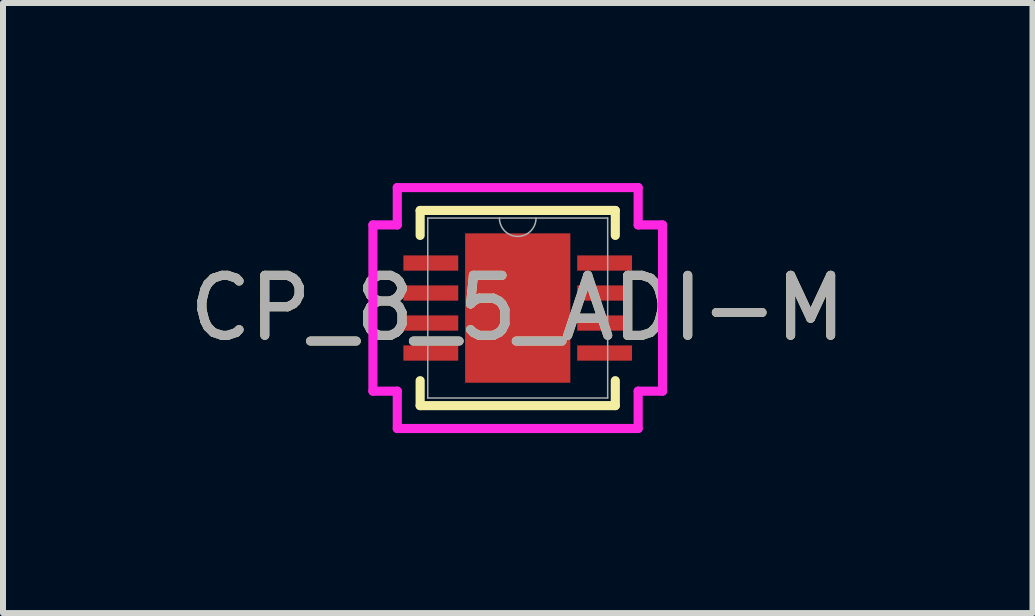
<source format=kicad_pcb>
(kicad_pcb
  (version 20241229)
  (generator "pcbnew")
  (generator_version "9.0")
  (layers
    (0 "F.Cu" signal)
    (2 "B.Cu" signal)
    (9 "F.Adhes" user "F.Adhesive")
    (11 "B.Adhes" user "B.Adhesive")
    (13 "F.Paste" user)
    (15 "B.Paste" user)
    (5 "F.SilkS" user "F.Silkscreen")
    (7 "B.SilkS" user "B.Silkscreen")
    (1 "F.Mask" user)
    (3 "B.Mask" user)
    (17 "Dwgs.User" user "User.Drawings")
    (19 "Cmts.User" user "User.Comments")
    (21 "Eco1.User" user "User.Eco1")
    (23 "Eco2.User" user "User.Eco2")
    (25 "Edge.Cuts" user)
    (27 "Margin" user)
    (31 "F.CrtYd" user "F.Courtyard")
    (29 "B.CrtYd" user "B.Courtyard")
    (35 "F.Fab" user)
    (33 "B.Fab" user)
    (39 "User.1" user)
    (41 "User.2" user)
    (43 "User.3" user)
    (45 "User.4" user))
  (footprint "CP_8_5_ADI-M"
    (layer "F.Cu")
    (at 5.577 2.083)
    (property "Reference" "CP_8_5_ADI-M" (at 0 0 0) (unlocked yes) (layer "F.SilkS") (effects (font (size 1 1) (thickness 0.15))))
    (attr smd)
    (fp_line (start -1.626 -1.626) (end -1.626 -1.21) (stroke (width 0.152) (type solid)) (layer "F.SilkS"))
    (fp_line (start -1.626 1.21) (end -1.626 1.626) (stroke (width 0.152) (type solid)) (layer "F.SilkS"))
    (fp_line (start -1.626 1.626) (end 1.626 1.626) (stroke (width 0.152) (type solid)) (layer "F.SilkS"))
    (fp_line (start 1.626 -1.626) (end -1.626 -1.626) (stroke (width 0.152) (type solid)) (layer "F.SilkS"))
    (fp_line (start 1.626 -1.21) (end 1.626 -1.626) (stroke (width 0.152) (type solid)) (layer "F.SilkS"))
    (fp_line (start 1.626 1.626) (end 1.626 1.21) (stroke (width 0.152) (type solid)) (layer "F.SilkS"))
    (fp_line (start -2.413 -1.385) (end -2.007 -1.385) (stroke (width 0.152) (type solid)) (layer "F.CrtYd"))
    (fp_line (start -2.413 1.385) (end -2.413 -1.385) (stroke (width 0.152) (type solid)) (layer "F.CrtYd"))
    (fp_line (start -2.413 1.385) (end -2.007 1.385) (stroke (width 0.152) (type solid)) (layer "F.CrtYd"))
    (fp_line (start -2.007 -2.007) (end 2.007 -2.007) (stroke (width 0.152) (type solid)) (layer "F.CrtYd"))
    (fp_line (start -2.007 -1.385) (end -2.007 -2.007) (stroke (width 0.152) (type solid)) (layer "F.CrtYd"))
    (fp_line (start -2.007 2.007) (end -2.007 1.385) (stroke (width 0.152) (type solid)) (layer "F.CrtYd"))
    (fp_line (start 2.007 -2.007) (end 2.007 -1.385) (stroke (width 0.152) (type solid)) (layer "F.CrtYd"))
    (fp_line (start 2.007 1.385) (end 2.007 2.007) (stroke (width 0.152) (type solid)) (layer "F.CrtYd"))
    (fp_line (start 2.007 2.007) (end -2.007 2.007) (stroke (width 0.152) (type solid)) (layer "F.CrtYd"))
    (fp_line (start 2.413 -1.385) (end 2.007 -1.385) (stroke (width 0.152) (type solid)) (layer "F.CrtYd"))
    (fp_line (start 2.413 -1.385) (end 2.413 1.385) (stroke (width 0.152) (type solid)) (layer "F.CrtYd"))
    (fp_line (start 2.413 1.385) (end 2.007 1.385) (stroke (width 0.152) (type solid)) (layer "F.CrtYd"))
    (fp_line (start -1.499 -1.499) (end -1.499 1.499) (stroke (width 0.025) (type solid)) (layer "F.Fab"))
    (fp_line (start -1.499 1.499) (end 1.499 1.499) (stroke (width 0.025) (type solid)) (layer "F.Fab"))
    (fp_line (start 1.499 -1.499) (end -1.499 -1.499) (stroke (width 0.025) (type solid)) (layer "F.Fab"))
    (fp_line (start 1.499 1.499) (end 1.499 -1.499) (stroke (width 0.025) (type solid)) (layer "F.Fab"))
    (fp_arc (start 0.3048 -1.4986) (mid 0 -1.1938) (end -0.3048 -1.4986) (stroke (width 0.0254) (type solid)) (layer "F.Fab"))
    (fp_text user "${REFERENCE}" (at 0 0 0) (unlocked yes) (layer "F.Fab") (effects (font (size 1 1) (thickness 0.15))))
    (pad "1" smd rect (at -1.448 -0.75) (size 0.914 0.254) (layers "F.Cu" "F.Mask" "F.Paste"))
    (pad "2" smd rect (at -1.448 -0.25) (size 0.914 0.254) (layers "F.Cu" "F.Mask" "F.Paste"))
    (pad "3" smd rect (at -1.448 0.25) (size 0.914 0.254) (layers "F.Cu" "F.Mask" "F.Paste"))
    (pad "4" smd rect (at -1.448 0.75) (size 0.914 0.254) (layers "F.Cu" "F.Mask" "F.Paste"))
    (pad "5" smd rect (at 1.448 0.75) (size 0.914 0.254) (layers "F.Cu" "F.Mask" "F.Paste"))
    (pad "6" smd rect (at 1.448 0.25) (size 0.914 0.254) (layers "F.Cu" "F.Mask" "F.Paste"))
    (pad "7" smd rect (at 1.448 -0.25) (size 0.914 0.254) (layers "F.Cu" "F.Mask" "F.Paste"))
    (pad "8" smd rect (at 1.448 -0.75) (size 0.914 0.254) (layers "F.Cu" "F.Mask" "F.Paste"))
    (pad "9" smd rect (at 0 0) (size 1.753 2.489) (layers "F.Cu" "F.Mask" "F.Paste")))
  (gr_rect
    (start -3 -3)
    (end 14.155 7.166)
    (stroke (width 0.1) (type default))
    (fill no)
    (layer "Edge.Cuts")))
</source>
